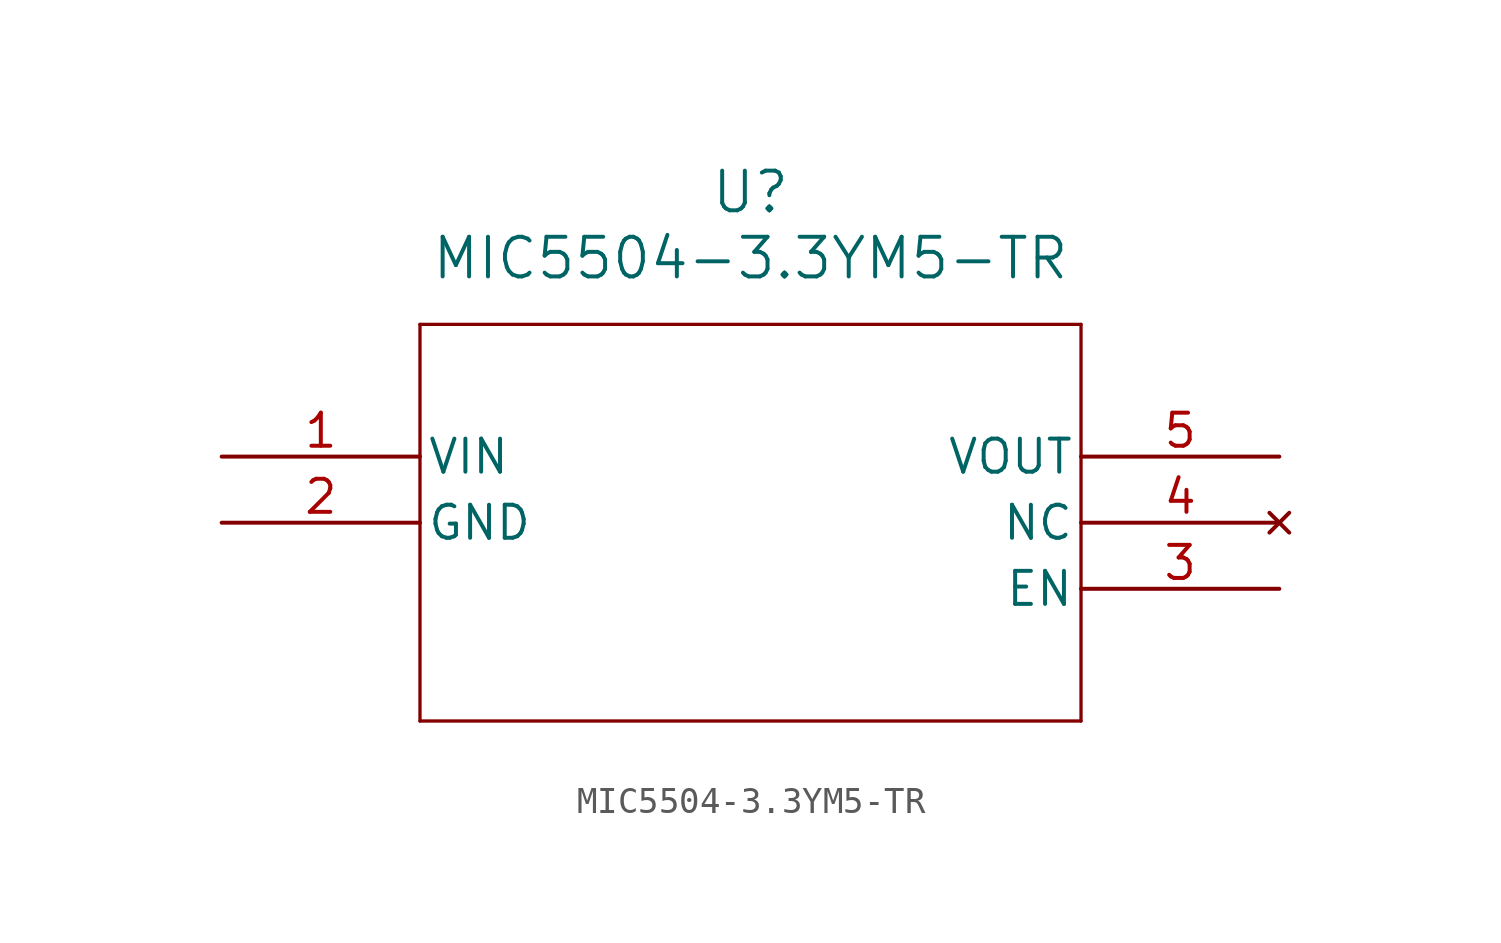
<source format=kicad_sym>
(kicad_symbol_lib
  (version 20241209)
  (generator "kicad_symbol_editor")
  (generator_version "9.0")
  (symbol "MIC5504-3.3YM5-TR"
    (pin_names
      (offset 0.254))
    (property "Reference" "U"
      (at 20.32 10.16 0)
      (effects (font (size 1.524 1.524))))
    (property "Value" "MIC5504-3.3YM5-TR"
      (at 20.32 7.62 0)
      (effects (font (size 1.524 1.524))))
    (property "ki_locked" ""
      (at 0 0 0)
      (effects (font (size 1.27 1.27))))
    (symbol "MIC5504-3.3YM5-TR_0_1"
      (polyline (pts (xy 7.62 5.08) (xy 7.62 -10.16)) (stroke (width 0.127) (type default)) (fill (type none)))
      (polyline (pts (xy 7.62 -10.16) (xy 33.02 -10.16)) (stroke (width 0.127) (type default)) (fill (type none)))
      (polyline (pts (xy 33.02 5.08) (xy 7.62 5.08)) (stroke (width 0.127) (type default)) (fill (type none)))
      (polyline (pts (xy 33.02 -10.16) (xy 33.02 5.08)) (stroke (width 0.127) (type default)) (fill (type none)))
      (pin input line (at 0 0 0) (length 7.62) (name "VIN" (effects (font (size 1.27 1.27)))) (number "1" (effects (font (size 1.27 1.27)))))
      (pin power_in line (at 0 -2.54 0) (length 7.62) (name "GND" (effects (font (size 1.27 1.27)))) (number "2" (effects (font (size 1.27 1.27)))))
      (pin output line (at 40.64 0 180) (length 7.62) (name "VOUT" (effects (font (size 1.27 1.27)))) (number "5" (effects (font (size 1.27 1.27)))))
      (pin no_connect line (at 40.64 -2.54 180) (length 7.62) (name "NC" (effects (font (size 1.27 1.27)))) (number "4" (effects (font (size 1.27 1.27)))))
      (pin input line (at 40.64 -5.08 180) (length 7.62) (name "EN" (effects (font (size 1.27 1.27)))) (number "3" (effects (font (size 1.27 1.27))))))))
</source>
